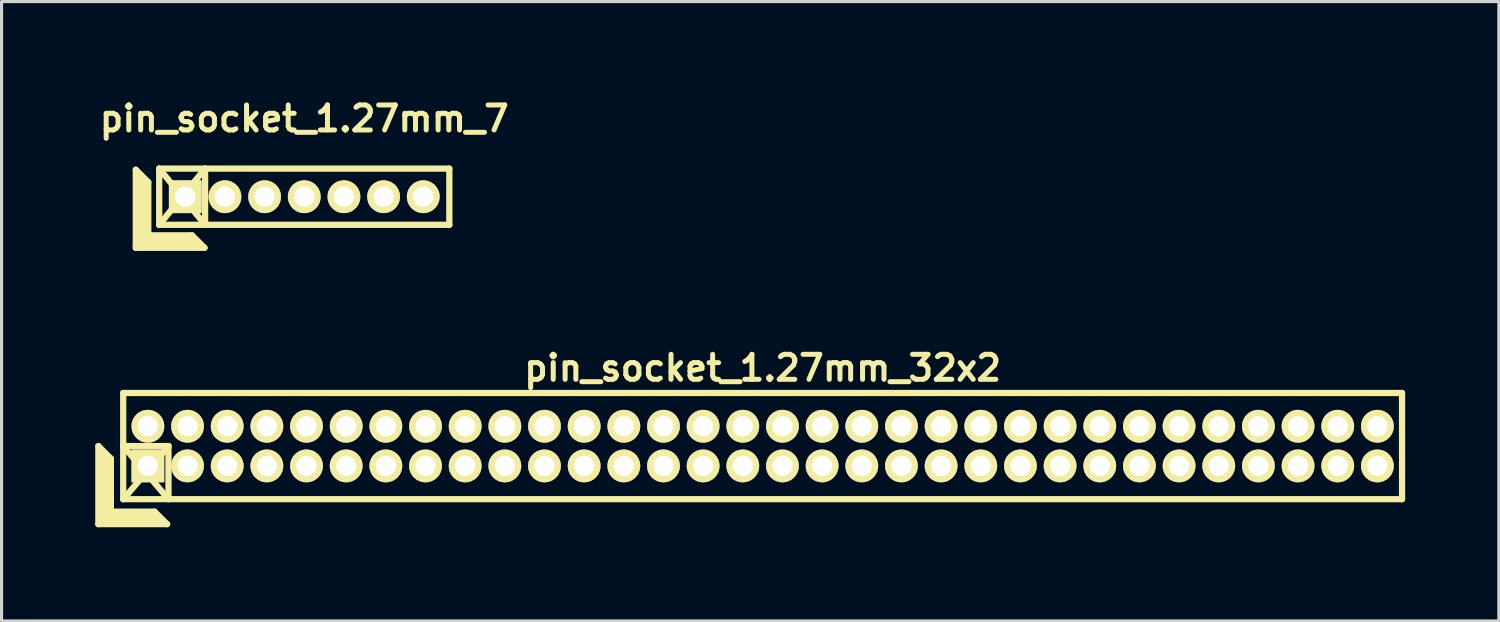
<source format=kicad_pcb>
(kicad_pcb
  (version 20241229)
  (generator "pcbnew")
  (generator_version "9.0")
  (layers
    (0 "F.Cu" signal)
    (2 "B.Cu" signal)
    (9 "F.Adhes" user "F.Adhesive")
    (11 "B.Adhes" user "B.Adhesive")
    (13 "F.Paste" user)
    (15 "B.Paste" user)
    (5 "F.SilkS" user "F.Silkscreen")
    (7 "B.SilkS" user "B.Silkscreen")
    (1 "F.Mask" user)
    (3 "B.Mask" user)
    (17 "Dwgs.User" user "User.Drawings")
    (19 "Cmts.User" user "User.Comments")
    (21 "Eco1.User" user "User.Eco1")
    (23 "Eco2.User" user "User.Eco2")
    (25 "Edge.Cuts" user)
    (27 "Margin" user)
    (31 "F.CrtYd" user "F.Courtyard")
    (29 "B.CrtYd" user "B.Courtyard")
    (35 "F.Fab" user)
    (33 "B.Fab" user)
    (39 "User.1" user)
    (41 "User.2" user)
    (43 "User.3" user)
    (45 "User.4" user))
  (footprint "pin_socket_1.27mm_32x2"
    (layer "F.Cu")
    (at 21.37 11.234)
    (property "Reference" "pin_socket_1.27mm_32x2" (at 0 -2.5 0) (layer "F.SilkS") (effects (font (size 0.8 0.8) (thickness 0.16))))
    (attr through_hole)
    (fp_line (start -21.27 0) (end -21.27 2.5) (stroke (width 0.2) (type solid)) (layer "F.SilkS"))
    (fp_line (start -21.27 0) (end -20.87 0.4) (stroke (width 0.2) (type solid)) (layer "F.SilkS"))
    (fp_line (start -21.27 2.5) (end -19.07 2.5) (stroke (width 0.2) (type solid)) (layer "F.SilkS"))
    (fp_line (start -21.17 2.4) (end -21.17 0.2) (stroke (width 0.2) (type solid)) (layer "F.SilkS"))
    (fp_line (start -21.17 2.4) (end -19.27 2.4) (stroke (width 0.2) (type solid)) (layer "F.SilkS"))
    (fp_line (start -21.07 2.3) (end -21.07 0.3) (stroke (width 0.2) (type solid)) (layer "F.SilkS"))
    (fp_line (start -21.07 2.3) (end -19.37 2.3) (stroke (width 0.2) (type solid)) (layer "F.SilkS"))
    (fp_line (start -20.97 2.2) (end -20.97 0.4) (stroke (width 0.2) (type solid)) (layer "F.SilkS"))
    (fp_line (start -20.97 2.2) (end -19.47 2.2) (stroke (width 0.2) (type solid)) (layer "F.SilkS"))
    (fp_line (start -20.87 2.1) (end -20.87 0.4) (stroke (width 0.2) (type solid)) (layer "F.SilkS"))
    (fp_line (start -20.87 2.1) (end -19.47 2.1) (stroke (width 0.2) (type solid)) (layer "F.SilkS"))
    (fp_line (start -20.475 -1.7) (end 20.475 -1.7) (stroke (width 0.2) (type solid)) (layer "F.SilkS"))
    (fp_line (start -20.475 0) (end -19.025 0) (stroke (width 0.2) (type solid)) (layer "F.SilkS"))
    (fp_line (start -20.475 0) (end -19.025 1.7) (stroke (width 0.2) (type solid)) (layer "F.SilkS"))
    (fp_line (start -20.475 1.7) (end -20.475 -1.7) (stroke (width 0.2) (type solid)) (layer "F.SilkS"))
    (fp_line (start -19.47 2.1) (end -19.07 2.5) (stroke (width 0.2) (type solid)) (layer "F.SilkS"))
    (fp_line (start -19.025 0) (end -20.47 1.7) (stroke (width 0.2) (type solid)) (layer "F.SilkS"))
    (fp_line (start -19.025 0) (end -19.025 1.7) (stroke (width 0.2) (type solid)) (layer "F.SilkS"))
    (fp_line (start 20.475 -1.7) (end 20.475 1.7) (stroke (width 0.2) (type solid)) (layer "F.SilkS"))
    (fp_line (start 20.475 1.7) (end -20.475 1.7) (stroke (width 0.2) (type solid)) (layer "F.SilkS"))
    (pad "1" thru_hole rect (at -19.685 0.635) (size 1.05 1.05) (drill 0.65) (layers "*.Cu" "*.Mask" "F.SilkS"))
    (pad "2" thru_hole oval (at -19.685 -0.635) (size 1.05 1.05) (drill 0.65) (layers "*.Cu" "*.Mask" "F.SilkS"))
    (pad "3" thru_hole oval (at -18.415 0.635) (size 1.05 1.05) (drill 0.65) (layers "*.Cu" "*.Mask" "F.SilkS"))
    (pad "4" thru_hole oval (at -18.415 -0.635) (size 1.05 1.05) (drill 0.65) (layers "*.Cu" "*.Mask" "F.SilkS"))
    (pad "5" thru_hole oval (at -17.145 0.635) (size 1.05 1.05) (drill 0.65) (layers "*.Cu" "*.Mask" "F.SilkS"))
    (pad "6" thru_hole oval (at -17.145 -0.635) (size 1.05 1.05) (drill 0.65) (layers "*.Cu" "*.Mask" "F.SilkS"))
    (pad "7" thru_hole oval (at -15.875 0.635) (size 1.05 1.05) (drill 0.65) (layers "*.Cu" "*.Mask" "F.SilkS"))
    (pad "8" thru_hole oval (at -15.875 -0.635) (size 1.05 1.05) (drill 0.65) (layers "*.Cu" "*.Mask" "F.SilkS"))
    (pad "9" thru_hole oval (at -14.605 0.635) (size 1.05 1.05) (drill 0.65) (layers "*.Cu" "*.Mask" "F.SilkS"))
    (pad "10" thru_hole oval (at -14.605 -0.635) (size 1.05 1.05) (drill 0.65) (layers "*.Cu" "*.Mask" "F.SilkS"))
    (pad "11" thru_hole oval (at -13.335 0.635) (size 1.05 1.05) (drill 0.65) (layers "*.Cu" "*.Mask" "F.SilkS"))
    (pad "12" thru_hole oval (at -13.335 -0.635) (size 1.05 1.05) (drill 0.65) (layers "*.Cu" "*.Mask" "F.SilkS"))
    (pad "13" thru_hole oval (at -12.065 0.635) (size 1.05 1.05) (drill 0.65) (layers "*.Cu" "*.Mask" "F.SilkS"))
    (pad "14" thru_hole oval (at -12.065 -0.635) (size 1.05 1.05) (drill 0.65) (layers "*.Cu" "*.Mask" "F.SilkS"))
    (pad "15" thru_hole oval (at -10.795 0.635) (size 1.05 1.05) (drill 0.65) (layers "*.Cu" "*.Mask" "F.SilkS"))
    (pad "16" thru_hole oval (at -10.795 -0.635) (size 1.05 1.05) (drill 0.65) (layers "*.Cu" "*.Mask" "F.SilkS"))
    (pad "17" thru_hole oval (at -9.525 0.635) (size 1.05 1.05) (drill 0.65) (layers "*.Cu" "*.Mask" "F.SilkS"))
    (pad "18" thru_hole oval (at -9.525 -0.635) (size 1.05 1.05) (drill 0.65) (layers "*.Cu" "*.Mask" "F.SilkS"))
    (pad "19" thru_hole oval (at -8.255 0.635) (size 1.05 1.05) (drill 0.65) (layers "*.Cu" "*.Mask" "F.SilkS"))
    (pad "20" thru_hole oval (at -8.255 -0.635) (size 1.05 1.05) (drill 0.65) (layers "*.Cu" "*.Mask" "F.SilkS"))
    (pad "21" thru_hole oval (at -6.985 0.635) (size 1.05 1.05) (drill 0.65) (layers "*.Cu" "*.Mask" "F.SilkS"))
    (pad "22" thru_hole oval (at -6.985 -0.635) (size 1.05 1.05) (drill 0.65) (layers "*.Cu" "*.Mask" "F.SilkS"))
    (pad "23" thru_hole oval (at -5.715 0.635) (size 1.05 1.05) (drill 0.65) (layers "*.Cu" "*.Mask" "F.SilkS"))
    (pad "24" thru_hole oval (at -5.715 -0.635) (size 1.05 1.05) (drill 0.65) (layers "*.Cu" "*.Mask" "F.SilkS"))
    (pad "25" thru_hole oval (at -4.445 0.635) (size 1.05 1.05) (drill 0.65) (layers "*.Cu" "*.Mask" "F.SilkS"))
    (pad "26" thru_hole oval (at -4.445 -0.635) (size 1.05 1.05) (drill 0.65) (layers "*.Cu" "*.Mask" "F.SilkS"))
    (pad "27" thru_hole oval (at -3.175 0.635) (size 1.05 1.05) (drill 0.65) (layers "*.Cu" "*.Mask" "F.SilkS"))
    (pad "28" thru_hole oval (at -3.175 -0.635) (size 1.05 1.05) (drill 0.65) (layers "*.Cu" "*.Mask" "F.SilkS"))
    (pad "29" thru_hole oval (at -1.905 0.635) (size 1.05 1.05) (drill 0.65) (layers "*.Cu" "*.Mask" "F.SilkS"))
    (pad "30" thru_hole oval (at -1.905 -0.635) (size 1.05 1.05) (drill 0.65) (layers "*.Cu" "*.Mask" "F.SilkS"))
    (pad "31" thru_hole oval (at -0.635 0.635) (size 1.05 1.05) (drill 0.65) (layers "*.Cu" "*.Mask" "F.SilkS"))
    (pad "32" thru_hole oval (at -0.635 -0.635) (size 1.05 1.05) (drill 0.65) (layers "*.Cu" "*.Mask" "F.SilkS"))
    (pad "33" thru_hole oval (at 0.635 0.635) (size 1.05 1.05) (drill 0.65) (layers "*.Cu" "*.Mask" "F.SilkS"))
    (pad "34" thru_hole oval (at 0.635 -0.635) (size 1.05 1.05) (drill 0.65) (layers "*.Cu" "*.Mask" "F.SilkS"))
    (pad "35" thru_hole oval (at 1.905 0.635) (size 1.05 1.05) (drill 0.65) (layers "*.Cu" "*.Mask" "F.SilkS"))
    (pad "36" thru_hole oval (at 1.905 -0.635) (size 1.05 1.05) (drill 0.65) (layers "*.Cu" "*.Mask" "F.SilkS"))
    (pad "37" thru_hole oval (at 3.175 0.635) (size 1.05 1.05) (drill 0.65) (layers "*.Cu" "*.Mask" "F.SilkS"))
    (pad "38" thru_hole oval (at 3.175 -0.635) (size 1.05 1.05) (drill 0.65) (layers "*.Cu" "*.Mask" "F.SilkS"))
    (pad "39" thru_hole oval (at 4.445 0.635) (size 1.05 1.05) (drill 0.65) (layers "*.Cu" "*.Mask" "F.SilkS"))
    (pad "40" thru_hole oval (at 4.445 -0.635) (size 1.05 1.05) (drill 0.65) (layers "*.Cu" "*.Mask" "F.SilkS"))
    (pad "41" thru_hole oval (at 5.715 0.635) (size 1.05 1.05) (drill 0.65) (layers "*.Cu" "*.Mask" "F.SilkS"))
    (pad "42" thru_hole oval (at 5.715 -0.635) (size 1.05 1.05) (drill 0.65) (layers "*.Cu" "*.Mask" "F.SilkS"))
    (pad "43" thru_hole oval (at 6.985 0.635) (size 1.05 1.05) (drill 0.65) (layers "*.Cu" "*.Mask" "F.SilkS"))
    (pad "44" thru_hole oval (at 6.985 -0.635) (size 1.05 1.05) (drill 0.65) (layers "*.Cu" "*.Mask" "F.SilkS"))
    (pad "45" thru_hole oval (at 8.255 0.635) (size 1.05 1.05) (drill 0.65) (layers "*.Cu" "*.Mask" "F.SilkS"))
    (pad "46" thru_hole oval (at 8.255 -0.635) (size 1.05 1.05) (drill 0.65) (layers "*.Cu" "*.Mask" "F.SilkS"))
    (pad "47" thru_hole oval (at 9.525 0.635) (size 1.05 1.05) (drill 0.65) (layers "*.Cu" "*.Mask" "F.SilkS"))
    (pad "48" thru_hole oval (at 9.525 -0.635) (size 1.05 1.05) (drill 0.65) (layers "*.Cu" "*.Mask" "F.SilkS"))
    (pad "49" thru_hole oval (at 10.795 0.635) (size 1.05 1.05) (drill 0.65) (layers "*.Cu" "*.Mask" "F.SilkS"))
    (pad "50" thru_hole oval (at 10.795 -0.635) (size 1.05 1.05) (drill 0.65) (layers "*.Cu" "*.Mask" "F.SilkS"))
    (pad "51" thru_hole circle (at 12.065 0.635) (size 1.05 1.05) (drill 0.65) (layers "*.Cu" "*.Mask" "F.SilkS"))
    (pad "52" thru_hole oval (at 12.065 -0.635) (size 1.05 1.05) (drill 0.65) (layers "*.Cu" "*.Mask" "F.SilkS"))
    (pad "53" thru_hole oval (at 13.335 0.635) (size 1.05 1.05) (drill 0.65) (layers "*.Cu" "*.Mask" "F.SilkS"))
    (pad "54" thru_hole oval (at 13.335 -0.635) (size 1.05 1.05) (drill 0.65) (layers "*.Cu" "*.Mask" "F.SilkS"))
    (pad "55" thru_hole oval (at 14.605 0.635) (size 1.05 1.05) (drill 0.65) (layers "*.Cu" "*.Mask" "F.SilkS"))
    (pad "56" thru_hole oval (at 14.605 -0.635) (size 1.05 1.05) (drill 0.65) (layers "*.Cu" "*.Mask" "F.SilkS"))
    (pad "57" thru_hole oval (at 15.875 0.635) (size 1.05 1.05) (drill 0.65) (layers "*.Cu" "*.Mask" "F.SilkS"))
    (pad "58" thru_hole oval (at 15.875 -0.635) (size 1.05 1.05) (drill 0.65) (layers "*.Cu" "*.Mask" "F.SilkS"))
    (pad "59" thru_hole oval (at 17.145 0.635) (size 1.05 1.05) (drill 0.65) (layers "*.Cu" "*.Mask" "F.SilkS"))
    (pad "60" thru_hole oval (at 17.145 -0.635) (size 1.05 1.05) (drill 0.65) (layers "*.Cu" "*.Mask" "F.SilkS"))
    (pad "61" thru_hole oval (at 18.415 0.635) (size 1.05 1.05) (drill 0.65) (layers "*.Cu" "*.Mask" "F.SilkS"))
    (pad "62" thru_hole oval (at 18.415 -0.635) (size 1.05 1.05) (drill 0.65) (layers "*.Cu" "*.Mask" "F.SilkS"))
    (pad "63" thru_hole oval (at 19.685 0.635) (size 1.05 1.05) (drill 0.65) (layers "*.Cu" "*.Mask" "F.SilkS"))
    (pad "64" thru_hole oval (at 19.685 -0.635) (size 1.05 1.05) (drill 0.65) (layers "*.Cu" "*.Mask" "F.SilkS")))
  (footprint "pin_socket_1.27mm_7"
    (layer "F.Cu")
    (at 6.693 3.249)
    (property "Reference" "pin_socket_1.27mm_7" (at 0 -2.5 0) (layer "F.SilkS") (effects (font (size 0.8 0.8) (thickness 0.16))))
    (attr through_hole)
    (fp_line (start -5.395 -0.864) (end -5.395 1.636) (stroke (width 0.2) (type solid)) (layer "F.SilkS"))
    (fp_line (start -5.395 -0.864) (end -4.995 -0.464) (stroke (width 0.2) (type solid)) (layer "F.SilkS"))
    (fp_line (start -5.395 1.636) (end -3.195 1.636) (stroke (width 0.2) (type solid)) (layer "F.SilkS"))
    (fp_line (start -5.295 1.536) (end -5.295 -0.664) (stroke (width 0.2) (type solid)) (layer "F.SilkS"))
    (fp_line (start -5.295 1.536) (end -3.395 1.536) (stroke (width 0.2) (type solid)) (layer "F.SilkS"))
    (fp_line (start -5.195 1.436) (end -5.195 -0.564) (stroke (width 0.2) (type solid)) (layer "F.SilkS"))
    (fp_line (start -5.195 1.436) (end -3.495 1.436) (stroke (width 0.2) (type solid)) (layer "F.SilkS"))
    (fp_line (start -5.095 1.336) (end -5.095 -0.464) (stroke (width 0.2) (type solid)) (layer "F.SilkS"))
    (fp_line (start -5.095 1.336) (end -3.595 1.336) (stroke (width 0.2) (type solid)) (layer "F.SilkS"))
    (fp_line (start -4.995 1.236) (end -4.995 -0.464) (stroke (width 0.2) (type solid)) (layer "F.SilkS"))
    (fp_line (start -4.995 1.236) (end -3.595 1.236) (stroke (width 0.2) (type solid)) (layer "F.SilkS"))
    (fp_line (start -4.645 -0.9) (end -3.175 0.9) (stroke (width 0.2) (type solid)) (layer "F.SilkS"))
    (fp_line (start -4.645 -0.9) (end 4.645 -0.9) (stroke (width 0.2) (type solid)) (layer "F.SilkS"))
    (fp_line (start -4.645 0.9) (end -4.645 -0.9) (stroke (width 0.2) (type solid)) (layer "F.SilkS"))
    (fp_line (start -4.645 0.9) (end -3.175 -0.9) (stroke (width 0.2) (type solid)) (layer "F.SilkS"))
    (fp_line (start -3.595 1.236) (end -3.195 1.636) (stroke (width 0.2) (type solid)) (layer "F.SilkS"))
    (fp_line (start -3.175 -0.9) (end -3.175 0.9) (stroke (width 0.2) (type solid)) (layer "F.SilkS"))
    (fp_line (start 4.645 -0.9) (end 4.645 0.9) (stroke (width 0.2) (type solid)) (layer "F.SilkS"))
    (fp_line (start 4.645 0.9) (end -4.645 0.9) (stroke (width 0.2) (type solid)) (layer "F.SilkS"))
    (pad "1" thru_hole rect (at -3.81 0) (size 1.05 1.05) (drill 0.65) (layers "*.Cu" "*.Mask" "F.SilkS"))
    (pad "2" thru_hole oval (at -2.54 0) (size 1.05 1.05) (drill 0.65) (layers "*.Cu" "*.Mask" "F.SilkS"))
    (pad "3" thru_hole oval (at -1.27 0) (size 1.05 1.05) (drill 0.65) (layers "*.Cu" "*.Mask" "F.SilkS"))
    (pad "4" thru_hole oval (at 0 0) (size 1.05 1.05) (drill 0.65) (layers "*.Cu" "*.Mask" "F.SilkS"))
    (pad "5" thru_hole oval (at 1.27 0) (size 1.05 1.05) (drill 0.65) (layers "*.Cu" "*.Mask" "F.SilkS"))
    (pad "6" thru_hole oval (at 2.54 0) (size 1.05 1.05) (drill 0.65) (layers "*.Cu" "*.Mask" "F.SilkS"))
    (pad "7" thru_hole oval (at 3.81 0) (size 1.05 1.05) (drill 0.65) (layers "*.Cu" "*.Mask" "F.SilkS")))
  (gr_rect
    (start -3 -3)
    (end 44.945 16.834)
    (stroke (width 0.1) (type default))
    (fill no)
    (layer "Edge.Cuts")))
</source>
